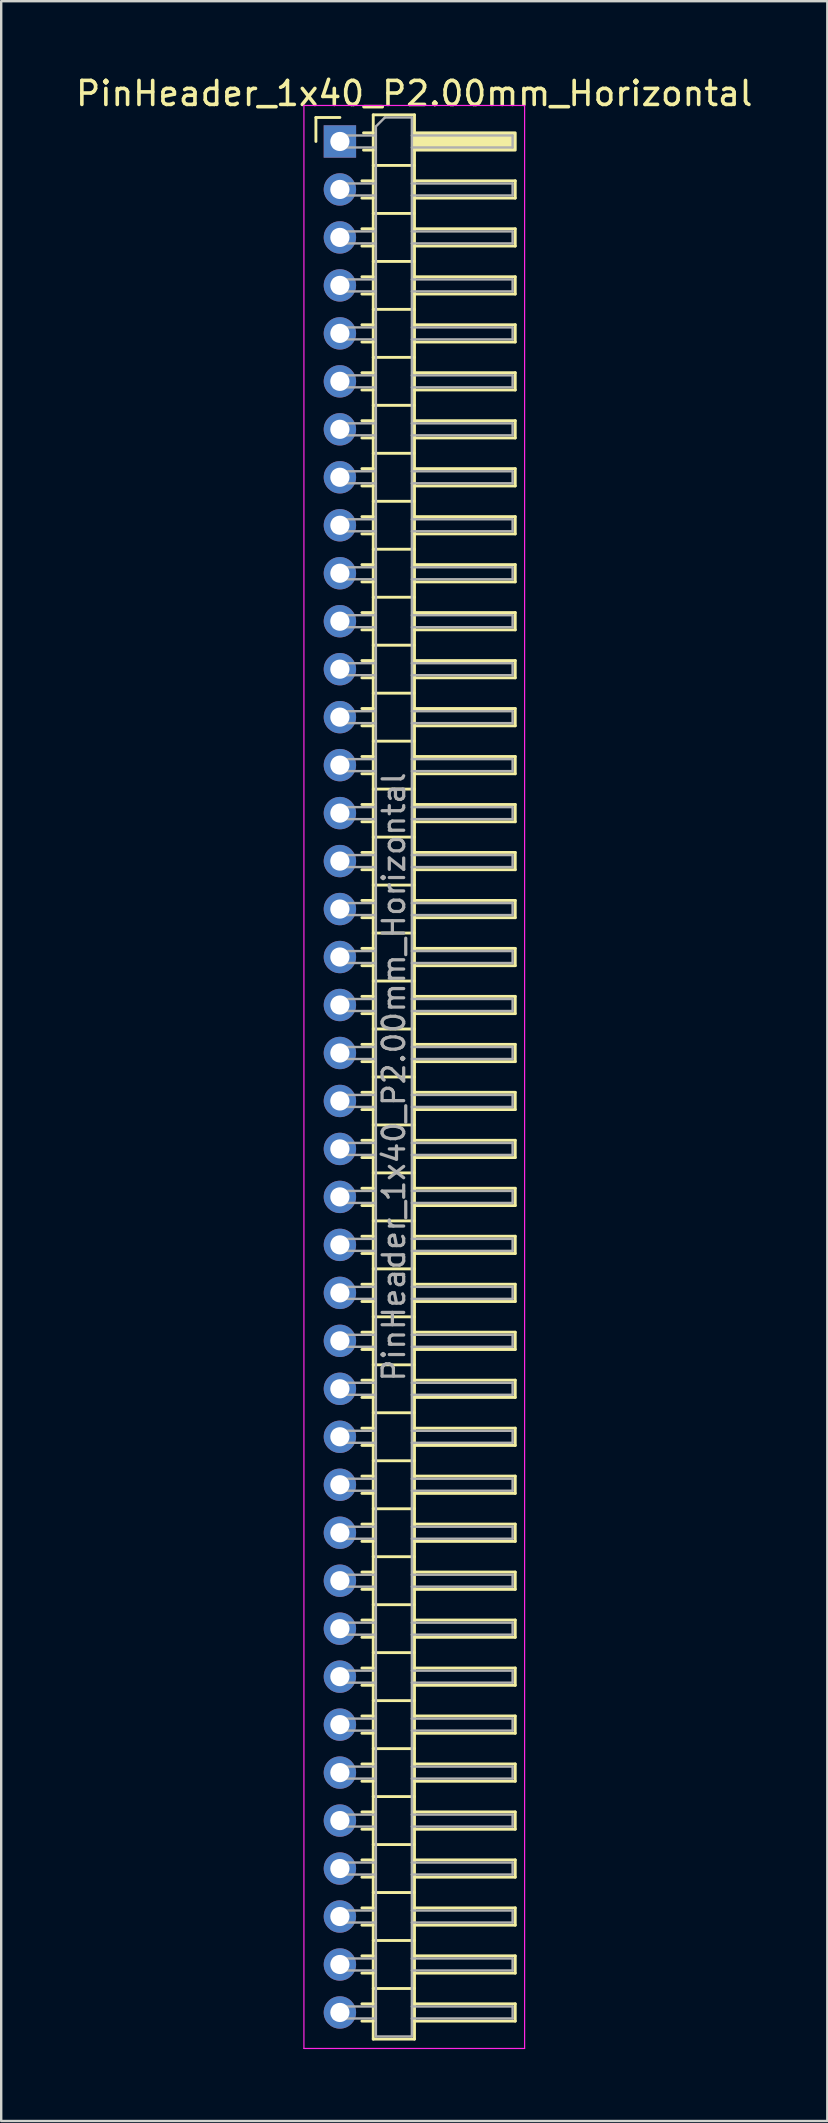
<source format=kicad_pcb>
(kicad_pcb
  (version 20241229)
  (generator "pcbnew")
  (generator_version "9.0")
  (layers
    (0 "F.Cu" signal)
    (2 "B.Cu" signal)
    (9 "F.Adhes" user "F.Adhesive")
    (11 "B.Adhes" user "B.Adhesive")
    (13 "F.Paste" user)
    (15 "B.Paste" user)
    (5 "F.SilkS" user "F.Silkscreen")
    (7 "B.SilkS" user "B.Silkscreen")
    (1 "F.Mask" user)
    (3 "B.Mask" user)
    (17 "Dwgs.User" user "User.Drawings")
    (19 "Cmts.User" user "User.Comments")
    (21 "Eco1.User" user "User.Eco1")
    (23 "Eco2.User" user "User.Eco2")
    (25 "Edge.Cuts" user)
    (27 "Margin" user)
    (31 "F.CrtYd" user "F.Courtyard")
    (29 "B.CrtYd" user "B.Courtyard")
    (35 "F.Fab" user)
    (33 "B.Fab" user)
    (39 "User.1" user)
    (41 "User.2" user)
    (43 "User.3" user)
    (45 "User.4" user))
  (footprint "PinHeader_1x40_P2.00mm_Horizontal"
    (layer "F.Cu")
    (at 11.12 2.848)
    (property "Reference" "PinHeader_1x40_P2.00mm_Horizontal" (at 3.1 -2 0) (layer "F.SilkS") (effects (font (size 1 1) (thickness 0.15))))
    (attr through_hole)
    (fp_line (start -1 -1) (end 0 -1) (stroke (width 0.12) (type solid)) (layer "F.SilkS"))
    (fp_line (start -1 0) (end -1 -1) (stroke (width 0.12) (type solid)) (layer "F.SilkS"))
    (fp_line (start 0.917 1.64) (end 1.39 1.64) (stroke (width 0.12) (type solid)) (layer "F.SilkS"))
    (fp_line (start 0.917 2.36) (end 1.39 2.36) (stroke (width 0.12) (type solid)) (layer "F.SilkS"))
    (fp_line (start 0.917 3.64) (end 1.39 3.64) (stroke (width 0.12) (type solid)) (layer "F.SilkS"))
    (fp_line (start 0.917 4.36) (end 1.39 4.36) (stroke (width 0.12) (type solid)) (layer "F.SilkS"))
    (fp_line (start 0.917 5.64) (end 1.39 5.64) (stroke (width 0.12) (type solid)) (layer "F.SilkS"))
    (fp_line (start 0.917 6.36) (end 1.39 6.36) (stroke (width 0.12) (type solid)) (layer "F.SilkS"))
    (fp_line (start 0.917 7.64) (end 1.39 7.64) (stroke (width 0.12) (type solid)) (layer "F.SilkS"))
    (fp_line (start 0.917 8.36) (end 1.39 8.36) (stroke (width 0.12) (type solid)) (layer "F.SilkS"))
    (fp_line (start 0.917 9.64) (end 1.39 9.64) (stroke (width 0.12) (type solid)) (layer "F.SilkS"))
    (fp_line (start 0.917 10.36) (end 1.39 10.36) (stroke (width 0.12) (type solid)) (layer "F.SilkS"))
    (fp_line (start 0.917 11.64) (end 1.39 11.64) (stroke (width 0.12) (type solid)) (layer "F.SilkS"))
    (fp_line (start 0.917 12.36) (end 1.39 12.36) (stroke (width 0.12) (type solid)) (layer "F.SilkS"))
    (fp_line (start 0.917 13.64) (end 1.39 13.64) (stroke (width 0.12) (type solid)) (layer "F.SilkS"))
    (fp_line (start 0.917 14.36) (end 1.39 14.36) (stroke (width 0.12) (type solid)) (layer "F.SilkS"))
    (fp_line (start 0.917 15.64) (end 1.39 15.64) (stroke (width 0.12) (type solid)) (layer "F.SilkS"))
    (fp_line (start 0.917 16.36) (end 1.39 16.36) (stroke (width 0.12) (type solid)) (layer "F.SilkS"))
    (fp_line (start 0.917 17.64) (end 1.39 17.64) (stroke (width 0.12) (type solid)) (layer "F.SilkS"))
    (fp_line (start 0.917 18.36) (end 1.39 18.36) (stroke (width 0.12) (type solid)) (layer "F.SilkS"))
    (fp_line (start 0.917 19.64) (end 1.39 19.64) (stroke (width 0.12) (type solid)) (layer "F.SilkS"))
    (fp_line (start 0.917 20.36) (end 1.39 20.36) (stroke (width 0.12) (type solid)) (layer "F.SilkS"))
    (fp_line (start 0.917 21.64) (end 1.39 21.64) (stroke (width 0.12) (type solid)) (layer "F.SilkS"))
    (fp_line (start 0.917 22.36) (end 1.39 22.36) (stroke (width 0.12) (type solid)) (layer "F.SilkS"))
    (fp_line (start 0.917 23.64) (end 1.39 23.64) (stroke (width 0.12) (type solid)) (layer "F.SilkS"))
    (fp_line (start 0.917 24.36) (end 1.39 24.36) (stroke (width 0.12) (type solid)) (layer "F.SilkS"))
    (fp_line (start 0.917 25.64) (end 1.39 25.64) (stroke (width 0.12) (type solid)) (layer "F.SilkS"))
    (fp_line (start 0.917 26.36) (end 1.39 26.36) (stroke (width 0.12) (type solid)) (layer "F.SilkS"))
    (fp_line (start 0.917 27.64) (end 1.39 27.64) (stroke (width 0.12) (type solid)) (layer "F.SilkS"))
    (fp_line (start 0.917 28.36) (end 1.39 28.36) (stroke (width 0.12) (type solid)) (layer "F.SilkS"))
    (fp_line (start 0.917 29.64) (end 1.39 29.64) (stroke (width 0.12) (type solid)) (layer "F.SilkS"))
    (fp_line (start 0.917 30.36) (end 1.39 30.36) (stroke (width 0.12) (type solid)) (layer "F.SilkS"))
    (fp_line (start 0.917 31.64) (end 1.39 31.64) (stroke (width 0.12) (type solid)) (layer "F.SilkS"))
    (fp_line (start 0.917 32.36) (end 1.39 32.36) (stroke (width 0.12) (type solid)) (layer "F.SilkS"))
    (fp_line (start 0.917 33.64) (end 1.39 33.64) (stroke (width 0.12) (type solid)) (layer "F.SilkS"))
    (fp_line (start 0.917 34.36) (end 1.39 34.36) (stroke (width 0.12) (type solid)) (layer "F.SilkS"))
    (fp_line (start 0.917 35.64) (end 1.39 35.64) (stroke (width 0.12) (type solid)) (layer "F.SilkS"))
    (fp_line (start 0.917 36.36) (end 1.39 36.36) (stroke (width 0.12) (type solid)) (layer "F.SilkS"))
    (fp_line (start 0.917 37.64) (end 1.39 37.64) (stroke (width 0.12) (type solid)) (layer "F.SilkS"))
    (fp_line (start 0.917 38.36) (end 1.39 38.36) (stroke (width 0.12) (type solid)) (layer "F.SilkS"))
    (fp_line (start 0.917 39.64) (end 1.39 39.64) (stroke (width 0.12) (type solid)) (layer "F.SilkS"))
    (fp_line (start 0.917 40.36) (end 1.39 40.36) (stroke (width 0.12) (type solid)) (layer "F.SilkS"))
    (fp_line (start 0.917 41.64) (end 1.39 41.64) (stroke (width 0.12) (type solid)) (layer "F.SilkS"))
    (fp_line (start 0.917 42.36) (end 1.39 42.36) (stroke (width 0.12) (type solid)) (layer "F.SilkS"))
    (fp_line (start 0.917 43.64) (end 1.39 43.64) (stroke (width 0.12) (type solid)) (layer "F.SilkS"))
    (fp_line (start 0.917 44.36) (end 1.39 44.36) (stroke (width 0.12) (type solid)) (layer "F.SilkS"))
    (fp_line (start 0.917 45.64) (end 1.39 45.64) (stroke (width 0.12) (type solid)) (layer "F.SilkS"))
    (fp_line (start 0.917 46.36) (end 1.39 46.36) (stroke (width 0.12) (type solid)) (layer "F.SilkS"))
    (fp_line (start 0.917 47.64) (end 1.39 47.64) (stroke (width 0.12) (type solid)) (layer "F.SilkS"))
    (fp_line (start 0.917 48.36) (end 1.39 48.36) (stroke (width 0.12) (type solid)) (layer "F.SilkS"))
    (fp_line (start 0.917 49.64) (end 1.39 49.64) (stroke (width 0.12) (type solid)) (layer "F.SilkS"))
    (fp_line (start 0.917 50.36) (end 1.39 50.36) (stroke (width 0.12) (type solid)) (layer "F.SilkS"))
    (fp_line (start 0.917 51.64) (end 1.39 51.64) (stroke (width 0.12) (type solid)) (layer "F.SilkS"))
    (fp_line (start 0.917 52.36) (end 1.39 52.36) (stroke (width 0.12) (type solid)) (layer "F.SilkS"))
    (fp_line (start 0.917 53.64) (end 1.39 53.64) (stroke (width 0.12) (type solid)) (layer "F.SilkS"))
    (fp_line (start 0.917 54.36) (end 1.39 54.36) (stroke (width 0.12) (type solid)) (layer "F.SilkS"))
    (fp_line (start 0.917 55.64) (end 1.39 55.64) (stroke (width 0.12) (type solid)) (layer "F.SilkS"))
    (fp_line (start 0.917 56.36) (end 1.39 56.36) (stroke (width 0.12) (type solid)) (layer "F.SilkS"))
    (fp_line (start 0.917 57.64) (end 1.39 57.64) (stroke (width 0.12) (type solid)) (layer "F.SilkS"))
    (fp_line (start 0.917 58.36) (end 1.39 58.36) (stroke (width 0.12) (type solid)) (layer "F.SilkS"))
    (fp_line (start 0.917 59.64) (end 1.39 59.64) (stroke (width 0.12) (type solid)) (layer "F.SilkS"))
    (fp_line (start 0.917 60.36) (end 1.39 60.36) (stroke (width 0.12) (type solid)) (layer "F.SilkS"))
    (fp_line (start 0.917 61.64) (end 1.39 61.64) (stroke (width 0.12) (type solid)) (layer "F.SilkS"))
    (fp_line (start 0.917 62.36) (end 1.39 62.36) (stroke (width 0.12) (type solid)) (layer "F.SilkS"))
    (fp_line (start 0.917 63.64) (end 1.39 63.64) (stroke (width 0.12) (type solid)) (layer "F.SilkS"))
    (fp_line (start 0.917 64.36) (end 1.39 64.36) (stroke (width 0.12) (type solid)) (layer "F.SilkS"))
    (fp_line (start 0.917 65.64) (end 1.39 65.64) (stroke (width 0.12) (type solid)) (layer "F.SilkS"))
    (fp_line (start 0.917 66.36) (end 1.39 66.36) (stroke (width 0.12) (type solid)) (layer "F.SilkS"))
    (fp_line (start 0.917 67.64) (end 1.39 67.64) (stroke (width 0.12) (type solid)) (layer "F.SilkS"))
    (fp_line (start 0.917 68.36) (end 1.39 68.36) (stroke (width 0.12) (type solid)) (layer "F.SilkS"))
    (fp_line (start 0.917 69.64) (end 1.39 69.64) (stroke (width 0.12) (type solid)) (layer "F.SilkS"))
    (fp_line (start 0.917 70.36) (end 1.39 70.36) (stroke (width 0.12) (type solid)) (layer "F.SilkS"))
    (fp_line (start 0.917 71.64) (end 1.39 71.64) (stroke (width 0.12) (type solid)) (layer "F.SilkS"))
    (fp_line (start 0.917 72.36) (end 1.39 72.36) (stroke (width 0.12) (type solid)) (layer "F.SilkS"))
    (fp_line (start 0.917 73.64) (end 1.39 73.64) (stroke (width 0.12) (type solid)) (layer "F.SilkS"))
    (fp_line (start 0.917 74.36) (end 1.39 74.36) (stroke (width 0.12) (type solid)) (layer "F.SilkS"))
    (fp_line (start 0.917 75.64) (end 1.39 75.64) (stroke (width 0.12) (type solid)) (layer "F.SilkS"))
    (fp_line (start 0.917 76.36) (end 1.39 76.36) (stroke (width 0.12) (type solid)) (layer "F.SilkS"))
    (fp_line (start 0.917 77.64) (end 1.39 77.64) (stroke (width 0.12) (type solid)) (layer "F.SilkS"))
    (fp_line (start 0.917 78.36) (end 1.39 78.36) (stroke (width 0.12) (type solid)) (layer "F.SilkS"))
    (fp_line (start 0.985 -0.36) (end 1.39 -0.36) (stroke (width 0.12) (type solid)) (layer "F.SilkS"))
    (fp_line (start 0.985 0.36) (end 1.39 0.36) (stroke (width 0.12) (type solid)) (layer "F.SilkS"))
    (fp_line (start 1.39 -1.11) (end 1.39 79.11) (stroke (width 0.12) (type solid)) (layer "F.SilkS"))
    (fp_line (start 1.39 1) (end 3.11 1) (stroke (width 0.12) (type solid)) (layer "F.SilkS"))
    (fp_line (start 1.39 3) (end 3.11 3) (stroke (width 0.12) (type solid)) (layer "F.SilkS"))
    (fp_line (start 1.39 5) (end 3.11 5) (stroke (width 0.12) (type solid)) (layer "F.SilkS"))
    (fp_line (start 1.39 7) (end 3.11 7) (stroke (width 0.12) (type solid)) (layer "F.SilkS"))
    (fp_line (start 1.39 9) (end 3.11 9) (stroke (width 0.12) (type solid)) (layer "F.SilkS"))
    (fp_line (start 1.39 11) (end 3.11 11) (stroke (width 0.12) (type solid)) (layer "F.SilkS"))
    (fp_line (start 1.39 13) (end 3.11 13) (stroke (width 0.12) (type solid)) (layer "F.SilkS"))
    (fp_line (start 1.39 15) (end 3.11 15) (stroke (width 0.12) (type solid)) (layer "F.SilkS"))
    (fp_line (start 1.39 17) (end 3.11 17) (stroke (width 0.12) (type solid)) (layer "F.SilkS"))
    (fp_line (start 1.39 19) (end 3.11 19) (stroke (width 0.12) (type solid)) (layer "F.SilkS"))
    (fp_line (start 1.39 21) (end 3.11 21) (stroke (width 0.12) (type solid)) (layer "F.SilkS"))
    (fp_line (start 1.39 23) (end 3.11 23) (stroke (width 0.12) (type solid)) (layer "F.SilkS"))
    (fp_line (start 1.39 25) (end 3.11 25) (stroke (width 0.12) (type solid)) (layer "F.SilkS"))
    (fp_line (start 1.39 27) (end 3.11 27) (stroke (width 0.12) (type solid)) (layer "F.SilkS"))
    (fp_line (start 1.39 29) (end 3.11 29) (stroke (width 0.12) (type solid)) (layer "F.SilkS"))
    (fp_line (start 1.39 31) (end 3.11 31) (stroke (width 0.12) (type solid)) (layer "F.SilkS"))
    (fp_line (start 1.39 33) (end 3.11 33) (stroke (width 0.12) (type solid)) (layer "F.SilkS"))
    (fp_line (start 1.39 35) (end 3.11 35) (stroke (width 0.12) (type solid)) (layer "F.SilkS"))
    (fp_line (start 1.39 37) (end 3.11 37) (stroke (width 0.12) (type solid)) (layer "F.SilkS"))
    (fp_line (start 1.39 39) (end 3.11 39) (stroke (width 0.12) (type solid)) (layer "F.SilkS"))
    (fp_line (start 1.39 41) (end 3.11 41) (stroke (width 0.12) (type solid)) (layer "F.SilkS"))
    (fp_line (start 1.39 43) (end 3.11 43) (stroke (width 0.12) (type solid)) (layer "F.SilkS"))
    (fp_line (start 1.39 45) (end 3.11 45) (stroke (width 0.12) (type solid)) (layer "F.SilkS"))
    (fp_line (start 1.39 47) (end 3.11 47) (stroke (width 0.12) (type solid)) (layer "F.SilkS"))
    (fp_line (start 1.39 49) (end 3.11 49) (stroke (width 0.12) (type solid)) (layer "F.SilkS"))
    (fp_line (start 1.39 51) (end 3.11 51) (stroke (width 0.12) (type solid)) (layer "F.SilkS"))
    (fp_line (start 1.39 53) (end 3.11 53) (stroke (width 0.12) (type solid)) (layer "F.SilkS"))
    (fp_line (start 1.39 55) (end 3.11 55) (stroke (width 0.12) (type solid)) (layer "F.SilkS"))
    (fp_line (start 1.39 57) (end 3.11 57) (stroke (width 0.12) (type solid)) (layer "F.SilkS"))
    (fp_line (start 1.39 59) (end 3.11 59) (stroke (width 0.12) (type solid)) (layer "F.SilkS"))
    (fp_line (start 1.39 61) (end 3.11 61) (stroke (width 0.12) (type solid)) (layer "F.SilkS"))
    (fp_line (start 1.39 63) (end 3.11 63) (stroke (width 0.12) (type solid)) (layer "F.SilkS"))
    (fp_line (start 1.39 65) (end 3.11 65) (stroke (width 0.12) (type solid)) (layer "F.SilkS"))
    (fp_line (start 1.39 67) (end 3.11 67) (stroke (width 0.12) (type solid)) (layer "F.SilkS"))
    (fp_line (start 1.39 69) (end 3.11 69) (stroke (width 0.12) (type solid)) (layer "F.SilkS"))
    (fp_line (start 1.39 71) (end 3.11 71) (stroke (width 0.12) (type solid)) (layer "F.SilkS"))
    (fp_line (start 1.39 73) (end 3.11 73) (stroke (width 0.12) (type solid)) (layer "F.SilkS"))
    (fp_line (start 1.39 75) (end 3.11 75) (stroke (width 0.12) (type solid)) (layer "F.SilkS"))
    (fp_line (start 1.39 77) (end 3.11 77) (stroke (width 0.12) (type solid)) (layer "F.SilkS"))
    (fp_line (start 1.39 79.11) (end 3.11 79.11) (stroke (width 0.12) (type solid)) (layer "F.SilkS"))
    (fp_line (start 3.11 -1.11) (end 1.39 -1.11) (stroke (width 0.12) (type solid)) (layer "F.SilkS"))
    (fp_line (start 3.11 1.64) (end 7.31 1.64) (stroke (width 0.12) (type solid)) (layer "F.SilkS"))
    (fp_line (start 3.11 3.64) (end 7.31 3.64) (stroke (width 0.12) (type solid)) (layer "F.SilkS"))
    (fp_line (start 3.11 5.64) (end 7.31 5.64) (stroke (width 0.12) (type solid)) (layer "F.SilkS"))
    (fp_line (start 3.11 7.64) (end 7.31 7.64) (stroke (width 0.12) (type solid)) (layer "F.SilkS"))
    (fp_line (start 3.11 9.64) (end 7.31 9.64) (stroke (width 0.12) (type solid)) (layer "F.SilkS"))
    (fp_line (start 3.11 11.64) (end 7.31 11.64) (stroke (width 0.12) (type solid)) (layer "F.SilkS"))
    (fp_line (start 3.11 13.64) (end 7.31 13.64) (stroke (width 0.12) (type solid)) (layer "F.SilkS"))
    (fp_line (start 3.11 15.64) (end 7.31 15.64) (stroke (width 0.12) (type solid)) (layer "F.SilkS"))
    (fp_line (start 3.11 17.64) (end 7.31 17.64) (stroke (width 0.12) (type solid)) (layer "F.SilkS"))
    (fp_line (start 3.11 19.64) (end 7.31 19.64) (stroke (width 0.12) (type solid)) (layer "F.SilkS"))
    (fp_line (start 3.11 21.64) (end 7.31 21.64) (stroke (width 0.12) (type solid)) (layer "F.SilkS"))
    (fp_line (start 3.11 23.64) (end 7.31 23.64) (stroke (width 0.12) (type solid)) (layer "F.SilkS"))
    (fp_line (start 3.11 25.64) (end 7.31 25.64) (stroke (width 0.12) (type solid)) (layer "F.SilkS"))
    (fp_line (start 3.11 27.64) (end 7.31 27.64) (stroke (width 0.12) (type solid)) (layer "F.SilkS"))
    (fp_line (start 3.11 29.64) (end 7.31 29.64) (stroke (width 0.12) (type solid)) (layer "F.SilkS"))
    (fp_line (start 3.11 31.64) (end 7.31 31.64) (stroke (width 0.12) (type solid)) (layer "F.SilkS"))
    (fp_line (start 3.11 33.64) (end 7.31 33.64) (stroke (width 0.12) (type solid)) (layer "F.SilkS"))
    (fp_line (start 3.11 35.64) (end 7.31 35.64) (stroke (width 0.12) (type solid)) (layer "F.SilkS"))
    (fp_line (start 3.11 37.64) (end 7.31 37.64) (stroke (width 0.12) (type solid)) (layer "F.SilkS"))
    (fp_line (start 3.11 39.64) (end 7.31 39.64) (stroke (width 0.12) (type solid)) (layer "F.SilkS"))
    (fp_line (start 3.11 41.64) (end 7.31 41.64) (stroke (width 0.12) (type solid)) (layer "F.SilkS"))
    (fp_line (start 3.11 43.64) (end 7.31 43.64) (stroke (width 0.12) (type solid)) (layer "F.SilkS"))
    (fp_line (start 3.11 45.64) (end 7.31 45.64) (stroke (width 0.12) (type solid)) (layer "F.SilkS"))
    (fp_line (start 3.11 47.64) (end 7.31 47.64) (stroke (width 0.12) (type solid)) (layer "F.SilkS"))
    (fp_line (start 3.11 49.64) (end 7.31 49.64) (stroke (width 0.12) (type solid)) (layer "F.SilkS"))
    (fp_line (start 3.11 51.64) (end 7.31 51.64) (stroke (width 0.12) (type solid)) (layer "F.SilkS"))
    (fp_line (start 3.11 53.64) (end 7.31 53.64) (stroke (width 0.12) (type solid)) (layer "F.SilkS"))
    (fp_line (start 3.11 55.64) (end 7.31 55.64) (stroke (width 0.12) (type solid)) (layer "F.SilkS"))
    (fp_line (start 3.11 57.64) (end 7.31 57.64) (stroke (width 0.12) (type solid)) (layer "F.SilkS"))
    (fp_line (start 3.11 59.64) (end 7.31 59.64) (stroke (width 0.12) (type solid)) (layer "F.SilkS"))
    (fp_line (start 3.11 61.64) (end 7.31 61.64) (stroke (width 0.12) (type solid)) (layer "F.SilkS"))
    (fp_line (start 3.11 63.64) (end 7.31 63.64) (stroke (width 0.12) (type solid)) (layer "F.SilkS"))
    (fp_line (start 3.11 65.64) (end 7.31 65.64) (stroke (width 0.12) (type solid)) (layer "F.SilkS"))
    (fp_line (start 3.11 67.64) (end 7.31 67.64) (stroke (width 0.12) (type solid)) (layer "F.SilkS"))
    (fp_line (start 3.11 69.64) (end 7.31 69.64) (stroke (width 0.12) (type solid)) (layer "F.SilkS"))
    (fp_line (start 3.11 71.64) (end 7.31 71.64) (stroke (width 0.12) (type solid)) (layer "F.SilkS"))
    (fp_line (start 3.11 73.64) (end 7.31 73.64) (stroke (width 0.12) (type solid)) (layer "F.SilkS"))
    (fp_line (start 3.11 75.64) (end 7.31 75.64) (stroke (width 0.12) (type solid)) (layer "F.SilkS"))
    (fp_line (start 3.11 77.64) (end 7.31 77.64) (stroke (width 0.12) (type solid)) (layer "F.SilkS"))
    (fp_line (start 3.11 79.11) (end 3.11 -1.11) (stroke (width 0.12) (type solid)) (layer "F.SilkS"))
    (fp_line (start 7.31 1.64) (end 7.31 2.36) (stroke (width 0.12) (type solid)) (layer "F.SilkS"))
    (fp_line (start 7.31 2.36) (end 3.11 2.36) (stroke (width 0.12) (type solid)) (layer "F.SilkS"))
    (fp_line (start 7.31 3.64) (end 7.31 4.36) (stroke (width 0.12) (type solid)) (layer "F.SilkS"))
    (fp_line (start 7.31 4.36) (end 3.11 4.36) (stroke (width 0.12) (type solid)) (layer "F.SilkS"))
    (fp_line (start 7.31 5.64) (end 7.31 6.36) (stroke (width 0.12) (type solid)) (layer "F.SilkS"))
    (fp_line (start 7.31 6.36) (end 3.11 6.36) (stroke (width 0.12) (type solid)) (layer "F.SilkS"))
    (fp_line (start 7.31 7.64) (end 7.31 8.36) (stroke (width 0.12) (type solid)) (layer "F.SilkS"))
    (fp_line (start 7.31 8.36) (end 3.11 8.36) (stroke (width 0.12) (type solid)) (layer "F.SilkS"))
    (fp_line (start 7.31 9.64) (end 7.31 10.36) (stroke (width 0.12) (type solid)) (layer "F.SilkS"))
    (fp_line (start 7.31 10.36) (end 3.11 10.36) (stroke (width 0.12) (type solid)) (layer "F.SilkS"))
    (fp_line (start 7.31 11.64) (end 7.31 12.36) (stroke (width 0.12) (type solid)) (layer "F.SilkS"))
    (fp_line (start 7.31 12.36) (end 3.11 12.36) (stroke (width 0.12) (type solid)) (layer "F.SilkS"))
    (fp_line (start 7.31 13.64) (end 7.31 14.36) (stroke (width 0.12) (type solid)) (layer "F.SilkS"))
    (fp_line (start 7.31 14.36) (end 3.11 14.36) (stroke (width 0.12) (type solid)) (layer "F.SilkS"))
    (fp_line (start 7.31 15.64) (end 7.31 16.36) (stroke (width 0.12) (type solid)) (layer "F.SilkS"))
    (fp_line (start 7.31 16.36) (end 3.11 16.36) (stroke (width 0.12) (type solid)) (layer "F.SilkS"))
    (fp_line (start 7.31 17.64) (end 7.31 18.36) (stroke (width 0.12) (type solid)) (layer "F.SilkS"))
    (fp_line (start 7.31 18.36) (end 3.11 18.36) (stroke (width 0.12) (type solid)) (layer "F.SilkS"))
    (fp_line (start 7.31 19.64) (end 7.31 20.36) (stroke (width 0.12) (type solid)) (layer "F.SilkS"))
    (fp_line (start 7.31 20.36) (end 3.11 20.36) (stroke (width 0.12) (type solid)) (layer "F.SilkS"))
    (fp_line (start 7.31 21.64) (end 7.31 22.36) (stroke (width 0.12) (type solid)) (layer "F.SilkS"))
    (fp_line (start 7.31 22.36) (end 3.11 22.36) (stroke (width 0.12) (type solid)) (layer "F.SilkS"))
    (fp_line (start 7.31 23.64) (end 7.31 24.36) (stroke (width 0.12) (type solid)) (layer "F.SilkS"))
    (fp_line (start 7.31 24.36) (end 3.11 24.36) (stroke (width 0.12) (type solid)) (layer "F.SilkS"))
    (fp_line (start 7.31 25.64) (end 7.31 26.36) (stroke (width 0.12) (type solid)) (layer "F.SilkS"))
    (fp_line (start 7.31 26.36) (end 3.11 26.36) (stroke (width 0.12) (type solid)) (layer "F.SilkS"))
    (fp_line (start 7.31 27.64) (end 7.31 28.36) (stroke (width 0.12) (type solid)) (layer "F.SilkS"))
    (fp_line (start 7.31 28.36) (end 3.11 28.36) (stroke (width 0.12) (type solid)) (layer "F.SilkS"))
    (fp_line (start 7.31 29.64) (end 7.31 30.36) (stroke (width 0.12) (type solid)) (layer "F.SilkS"))
    (fp_line (start 7.31 30.36) (end 3.11 30.36) (stroke (width 0.12) (type solid)) (layer "F.SilkS"))
    (fp_line (start 7.31 31.64) (end 7.31 32.36) (stroke (width 0.12) (type solid)) (layer "F.SilkS"))
    (fp_line (start 7.31 32.36) (end 3.11 32.36) (stroke (width 0.12) (type solid)) (layer "F.SilkS"))
    (fp_line (start 7.31 33.64) (end 7.31 34.36) (stroke (width 0.12) (type solid)) (layer "F.SilkS"))
    (fp_line (start 7.31 34.36) (end 3.11 34.36) (stroke (width 0.12) (type solid)) (layer "F.SilkS"))
    (fp_line (start 7.31 35.64) (end 7.31 36.36) (stroke (width 0.12) (type solid)) (layer "F.SilkS"))
    (fp_line (start 7.31 36.36) (end 3.11 36.36) (stroke (width 0.12) (type solid)) (layer "F.SilkS"))
    (fp_line (start 7.31 37.64) (end 7.31 38.36) (stroke (width 0.12) (type solid)) (layer "F.SilkS"))
    (fp_line (start 7.31 38.36) (end 3.11 38.36) (stroke (width 0.12) (type solid)) (layer "F.SilkS"))
    (fp_line (start 7.31 39.64) (end 7.31 40.36) (stroke (width 0.12) (type solid)) (layer "F.SilkS"))
    (fp_line (start 7.31 40.36) (end 3.11 40.36) (stroke (width 0.12) (type solid)) (layer "F.SilkS"))
    (fp_line (start 7.31 41.64) (end 7.31 42.36) (stroke (width 0.12) (type solid)) (layer "F.SilkS"))
    (fp_line (start 7.31 42.36) (end 3.11 42.36) (stroke (width 0.12) (type solid)) (layer "F.SilkS"))
    (fp_line (start 7.31 43.64) (end 7.31 44.36) (stroke (width 0.12) (type solid)) (layer "F.SilkS"))
    (fp_line (start 7.31 44.36) (end 3.11 44.36) (stroke (width 0.12) (type solid)) (layer "F.SilkS"))
    (fp_line (start 7.31 45.64) (end 7.31 46.36) (stroke (width 0.12) (type solid)) (layer "F.SilkS"))
    (fp_line (start 7.31 46.36) (end 3.11 46.36) (stroke (width 0.12) (type solid)) (layer "F.SilkS"))
    (fp_line (start 7.31 47.64) (end 7.31 48.36) (stroke (width 0.12) (type solid)) (layer "F.SilkS"))
    (fp_line (start 7.31 48.36) (end 3.11 48.36) (stroke (width 0.12) (type solid)) (layer "F.SilkS"))
    (fp_line (start 7.31 49.64) (end 7.31 50.36) (stroke (width 0.12) (type solid)) (layer "F.SilkS"))
    (fp_line (start 7.31 50.36) (end 3.11 50.36) (stroke (width 0.12) (type solid)) (layer "F.SilkS"))
    (fp_line (start 7.31 51.64) (end 7.31 52.36) (stroke (width 0.12) (type solid)) (layer "F.SilkS"))
    (fp_line (start 7.31 52.36) (end 3.11 52.36) (stroke (width 0.12) (type solid)) (layer "F.SilkS"))
    (fp_line (start 7.31 53.64) (end 7.31 54.36) (stroke (width 0.12) (type solid)) (layer "F.SilkS"))
    (fp_line (start 7.31 54.36) (end 3.11 54.36) (stroke (width 0.12) (type solid)) (layer "F.SilkS"))
    (fp_line (start 7.31 55.64) (end 7.31 56.36) (stroke (width 0.12) (type solid)) (layer "F.SilkS"))
    (fp_line (start 7.31 56.36) (end 3.11 56.36) (stroke (width 0.12) (type solid)) (layer "F.SilkS"))
    (fp_line (start 7.31 57.64) (end 7.31 58.36) (stroke (width 0.12) (type solid)) (layer "F.SilkS"))
    (fp_line (start 7.31 58.36) (end 3.11 58.36) (stroke (width 0.12) (type solid)) (layer "F.SilkS"))
    (fp_line (start 7.31 59.64) (end 7.31 60.36) (stroke (width 0.12) (type solid)) (layer "F.SilkS"))
    (fp_line (start 7.31 60.36) (end 3.11 60.36) (stroke (width 0.12) (type solid)) (layer "F.SilkS"))
    (fp_line (start 7.31 61.64) (end 7.31 62.36) (stroke (width 0.12) (type solid)) (layer "F.SilkS"))
    (fp_line (start 7.31 62.36) (end 3.11 62.36) (stroke (width 0.12) (type solid)) (layer "F.SilkS"))
    (fp_line (start 7.31 63.64) (end 7.31 64.36) (stroke (width 0.12) (type solid)) (layer "F.SilkS"))
    (fp_line (start 7.31 64.36) (end 3.11 64.36) (stroke (width 0.12) (type solid)) (layer "F.SilkS"))
    (fp_line (start 7.31 65.64) (end 7.31 66.36) (stroke (width 0.12) (type solid)) (layer "F.SilkS"))
    (fp_line (start 7.31 66.36) (end 3.11 66.36) (stroke (width 0.12) (type solid)) (layer "F.SilkS"))
    (fp_line (start 7.31 67.64) (end 7.31 68.36) (stroke (width 0.12) (type solid)) (layer "F.SilkS"))
    (fp_line (start 7.31 68.36) (end 3.11 68.36) (stroke (width 0.12) (type solid)) (layer "F.SilkS"))
    (fp_line (start 7.31 69.64) (end 7.31 70.36) (stroke (width 0.12) (type solid)) (layer "F.SilkS"))
    (fp_line (start 7.31 70.36) (end 3.11 70.36) (stroke (width 0.12) (type solid)) (layer "F.SilkS"))
    (fp_line (start 7.31 71.64) (end 7.31 72.36) (stroke (width 0.12) (type solid)) (layer "F.SilkS"))
    (fp_line (start 7.31 72.36) (end 3.11 72.36) (stroke (width 0.12) (type solid)) (layer "F.SilkS"))
    (fp_line (start 7.31 73.64) (end 7.31 74.36) (stroke (width 0.12) (type solid)) (layer "F.SilkS"))
    (fp_line (start 7.31 74.36) (end 3.11 74.36) (stroke (width 0.12) (type solid)) (layer "F.SilkS"))
    (fp_line (start 7.31 75.64) (end 7.31 76.36) (stroke (width 0.12) (type solid)) (layer "F.SilkS"))
    (fp_line (start 7.31 76.36) (end 3.11 76.36) (stroke (width 0.12) (type solid)) (layer "F.SilkS"))
    (fp_line (start 7.31 77.64) (end 7.31 78.36) (stroke (width 0.12) (type solid)) (layer "F.SilkS"))
    (fp_line (start 7.31 78.36) (end 3.11 78.36) (stroke (width 0.12) (type solid)) (layer "F.SilkS"))
    (fp_rect (start 3.11 -0.36) (end 7.31 0.36) (stroke (width 0.12) (type solid)) (fill yes) (layer "F.SilkS"))
    (fp_line (start -1.5 -1.5) (end -1.5 79.5) (stroke (width 0.05) (type solid)) (layer "F.CrtYd"))
    (fp_line (start -1.5 79.5) (end 7.7 79.5) (stroke (width 0.05) (type solid)) (layer "F.CrtYd"))
    (fp_line (start 7.7 -1.5) (end -1.5 -1.5) (stroke (width 0.05) (type solid)) (layer "F.CrtYd"))
    (fp_line (start 7.7 79.5) (end 7.7 -1.5) (stroke (width 0.05) (type solid)) (layer "F.CrtYd"))
    (fp_line (start -0.25 -0.25) (end -0.25 0.25) (stroke (width 0.1) (type solid)) (layer "F.Fab"))
    (fp_line (start -0.25 -0.25) (end 1.5 -0.25) (stroke (width 0.1) (type solid)) (layer "F.Fab"))
    (fp_line (start -0.25 0.25) (end 1.5 0.25) (stroke (width 0.1) (type solid)) (layer "F.Fab"))
    (fp_line (start -0.25 1.75) (end -0.25 2.25) (stroke (width 0.1) (type solid)) (layer "F.Fab"))
    (fp_line (start -0.25 1.75) (end 1.5 1.75) (stroke (width 0.1) (type solid)) (layer "F.Fab"))
    (fp_line (start -0.25 2.25) (end 1.5 2.25) (stroke (width 0.1) (type solid)) (layer "F.Fab"))
    (fp_line (start -0.25 3.75) (end -0.25 4.25) (stroke (width 0.1) (type solid)) (layer "F.Fab"))
    (fp_line (start -0.25 3.75) (end 1.5 3.75) (stroke (width 0.1) (type solid)) (layer "F.Fab"))
    (fp_line (start -0.25 4.25) (end 1.5 4.25) (stroke (width 0.1) (type solid)) (layer "F.Fab"))
    (fp_line (start -0.25 5.75) (end -0.25 6.25) (stroke (width 0.1) (type solid)) (layer "F.Fab"))
    (fp_line (start -0.25 5.75) (end 1.5 5.75) (stroke (width 0.1) (type solid)) (layer "F.Fab"))
    (fp_line (start -0.25 6.25) (end 1.5 6.25) (stroke (width 0.1) (type solid)) (layer "F.Fab"))
    (fp_line (start -0.25 7.75) (end -0.25 8.25) (stroke (width 0.1) (type solid)) (layer "F.Fab"))
    (fp_line (start -0.25 7.75) (end 1.5 7.75) (stroke (width 0.1) (type solid)) (layer "F.Fab"))
    (fp_line (start -0.25 8.25) (end 1.5 8.25) (stroke (width 0.1) (type solid)) (layer "F.Fab"))
    (fp_line (start -0.25 9.75) (end -0.25 10.25) (stroke (width 0.1) (type solid)) (layer "F.Fab"))
    (fp_line (start -0.25 9.75) (end 1.5 9.75) (stroke (width 0.1) (type solid)) (layer "F.Fab"))
    (fp_line (start -0.25 10.25) (end 1.5 10.25) (stroke (width 0.1) (type solid)) (layer "F.Fab"))
    (fp_line (start -0.25 11.75) (end -0.25 12.25) (stroke (width 0.1) (type solid)) (layer "F.Fab"))
    (fp_line (start -0.25 11.75) (end 1.5 11.75) (stroke (width 0.1) (type solid)) (layer "F.Fab"))
    (fp_line (start -0.25 12.25) (end 1.5 12.25) (stroke (width 0.1) (type solid)) (layer "F.Fab"))
    (fp_line (start -0.25 13.75) (end -0.25 14.25) (stroke (width 0.1) (type solid)) (layer "F.Fab"))
    (fp_line (start -0.25 13.75) (end 1.5 13.75) (stroke (width 0.1) (type solid)) (layer "F.Fab"))
    (fp_line (start -0.25 14.25) (end 1.5 14.25) (stroke (width 0.1) (type solid)) (layer "F.Fab"))
    (fp_line (start -0.25 15.75) (end -0.25 16.25) (stroke (width 0.1) (type solid)) (layer "F.Fab"))
    (fp_line (start -0.25 15.75) (end 1.5 15.75) (stroke (width 0.1) (type solid)) (layer "F.Fab"))
    (fp_line (start -0.25 16.25) (end 1.5 16.25) (stroke (width 0.1) (type solid)) (layer "F.Fab"))
    (fp_line (start -0.25 17.75) (end -0.25 18.25) (stroke (width 0.1) (type solid)) (layer "F.Fab"))
    (fp_line (start -0.25 17.75) (end 1.5 17.75) (stroke (width 0.1) (type solid)) (layer "F.Fab"))
    (fp_line (start -0.25 18.25) (end 1.5 18.25) (stroke (width 0.1) (type solid)) (layer "F.Fab"))
    (fp_line (start -0.25 19.75) (end -0.25 20.25) (stroke (width 0.1) (type solid)) (layer "F.Fab"))
    (fp_line (start -0.25 19.75) (end 1.5 19.75) (stroke (width 0.1) (type solid)) (layer "F.Fab"))
    (fp_line (start -0.25 20.25) (end 1.5 20.25) (stroke (width 0.1) (type solid)) (layer "F.Fab"))
    (fp_line (start -0.25 21.75) (end -0.25 22.25) (stroke (width 0.1) (type solid)) (layer "F.Fab"))
    (fp_line (start -0.25 21.75) (end 1.5 21.75) (stroke (width 0.1) (type solid)) (layer "F.Fab"))
    (fp_line (start -0.25 22.25) (end 1.5 22.25) (stroke (width 0.1) (type solid)) (layer "F.Fab"))
    (fp_line (start -0.25 23.75) (end -0.25 24.25) (stroke (width 0.1) (type solid)) (layer "F.Fab"))
    (fp_line (start -0.25 23.75) (end 1.5 23.75) (stroke (width 0.1) (type solid)) (layer "F.Fab"))
    (fp_line (start -0.25 24.25) (end 1.5 24.25) (stroke (width 0.1) (type solid)) (layer "F.Fab"))
    (fp_line (start -0.25 25.75) (end -0.25 26.25) (stroke (width 0.1) (type solid)) (layer "F.Fab"))
    (fp_line (start -0.25 25.75) (end 1.5 25.75) (stroke (width 0.1) (type solid)) (layer "F.Fab"))
    (fp_line (start -0.25 26.25) (end 1.5 26.25) (stroke (width 0.1) (type solid)) (layer "F.Fab"))
    (fp_line (start -0.25 27.75) (end -0.25 28.25) (stroke (width 0.1) (type solid)) (layer "F.Fab"))
    (fp_line (start -0.25 27.75) (end 1.5 27.75) (stroke (width 0.1) (type solid)) (layer "F.Fab"))
    (fp_line (start -0.25 28.25) (end 1.5 28.25) (stroke (width 0.1) (type solid)) (layer "F.Fab"))
    (fp_line (start -0.25 29.75) (end -0.25 30.25) (stroke (width 0.1) (type solid)) (layer "F.Fab"))
    (fp_line (start -0.25 29.75) (end 1.5 29.75) (stroke (width 0.1) (type solid)) (layer "F.Fab"))
    (fp_line (start -0.25 30.25) (end 1.5 30.25) (stroke (width 0.1) (type solid)) (layer "F.Fab"))
    (fp_line (start -0.25 31.75) (end -0.25 32.25) (stroke (width 0.1) (type solid)) (layer "F.Fab"))
    (fp_line (start -0.25 31.75) (end 1.5 31.75) (stroke (width 0.1) (type solid)) (layer "F.Fab"))
    (fp_line (start -0.25 32.25) (end 1.5 32.25) (stroke (width 0.1) (type solid)) (layer "F.Fab"))
    (fp_line (start -0.25 33.75) (end -0.25 34.25) (stroke (width 0.1) (type solid)) (layer "F.Fab"))
    (fp_line (start -0.25 33.75) (end 1.5 33.75) (stroke (width 0.1) (type solid)) (layer "F.Fab"))
    (fp_line (start -0.25 34.25) (end 1.5 34.25) (stroke (width 0.1) (type solid)) (layer "F.Fab"))
    (fp_line (start -0.25 35.75) (end -0.25 36.25) (stroke (width 0.1) (type solid)) (layer "F.Fab"))
    (fp_line (start -0.25 35.75) (end 1.5 35.75) (stroke (width 0.1) (type solid)) (layer "F.Fab"))
    (fp_line (start -0.25 36.25) (end 1.5 36.25) (stroke (width 0.1) (type solid)) (layer "F.Fab"))
    (fp_line (start -0.25 37.75) (end -0.25 38.25) (stroke (width 0.1) (type solid)) (layer "F.Fab"))
    (fp_line (start -0.25 37.75) (end 1.5 37.75) (stroke (width 0.1) (type solid)) (layer "F.Fab"))
    (fp_line (start -0.25 38.25) (end 1.5 38.25) (stroke (width 0.1) (type solid)) (layer "F.Fab"))
    (fp_line (start -0.25 39.75) (end -0.25 40.25) (stroke (width 0.1) (type solid)) (layer "F.Fab"))
    (fp_line (start -0.25 39.75) (end 1.5 39.75) (stroke (width 0.1) (type solid)) (layer "F.Fab"))
    (fp_line (start -0.25 40.25) (end 1.5 40.25) (stroke (width 0.1) (type solid)) (layer "F.Fab"))
    (fp_line (start -0.25 41.75) (end -0.25 42.25) (stroke (width 0.1) (type solid)) (layer "F.Fab"))
    (fp_line (start -0.25 41.75) (end 1.5 41.75) (stroke (width 0.1) (type solid)) (layer "F.Fab"))
    (fp_line (start -0.25 42.25) (end 1.5 42.25) (stroke (width 0.1) (type solid)) (layer "F.Fab"))
    (fp_line (start -0.25 43.75) (end -0.25 44.25) (stroke (width 0.1) (type solid)) (layer "F.Fab"))
    (fp_line (start -0.25 43.75) (end 1.5 43.75) (stroke (width 0.1) (type solid)) (layer "F.Fab"))
    (fp_line (start -0.25 44.25) (end 1.5 44.25) (stroke (width 0.1) (type solid)) (layer "F.Fab"))
    (fp_line (start -0.25 45.75) (end -0.25 46.25) (stroke (width 0.1) (type solid)) (layer "F.Fab"))
    (fp_line (start -0.25 45.75) (end 1.5 45.75) (stroke (width 0.1) (type solid)) (layer "F.Fab"))
    (fp_line (start -0.25 46.25) (end 1.5 46.25) (stroke (width 0.1) (type solid)) (layer "F.Fab"))
    (fp_line (start -0.25 47.75) (end -0.25 48.25) (stroke (width 0.1) (type solid)) (layer "F.Fab"))
    (fp_line (start -0.25 47.75) (end 1.5 47.75) (stroke (width 0.1) (type solid)) (layer "F.Fab"))
    (fp_line (start -0.25 48.25) (end 1.5 48.25) (stroke (width 0.1) (type solid)) (layer "F.Fab"))
    (fp_line (start -0.25 49.75) (end -0.25 50.25) (stroke (width 0.1) (type solid)) (layer "F.Fab"))
    (fp_line (start -0.25 49.75) (end 1.5 49.75) (stroke (width 0.1) (type solid)) (layer "F.Fab"))
    (fp_line (start -0.25 50.25) (end 1.5 50.25) (stroke (width 0.1) (type solid)) (layer "F.Fab"))
    (fp_line (start -0.25 51.75) (end -0.25 52.25) (stroke (width 0.1) (type solid)) (layer "F.Fab"))
    (fp_line (start -0.25 51.75) (end 1.5 51.75) (stroke (width 0.1) (type solid)) (layer "F.Fab"))
    (fp_line (start -0.25 52.25) (end 1.5 52.25) (stroke (width 0.1) (type solid)) (layer "F.Fab"))
    (fp_line (start -0.25 53.75) (end -0.25 54.25) (stroke (width 0.1) (type solid)) (layer "F.Fab"))
    (fp_line (start -0.25 53.75) (end 1.5 53.75) (stroke (width 0.1) (type solid)) (layer "F.Fab"))
    (fp_line (start -0.25 54.25) (end 1.5 54.25) (stroke (width 0.1) (type solid)) (layer "F.Fab"))
    (fp_line (start -0.25 55.75) (end -0.25 56.25) (stroke (width 0.1) (type solid)) (layer "F.Fab"))
    (fp_line (start -0.25 55.75) (end 1.5 55.75) (stroke (width 0.1) (type solid)) (layer "F.Fab"))
    (fp_line (start -0.25 56.25) (end 1.5 56.25) (stroke (width 0.1) (type solid)) (layer "F.Fab"))
    (fp_line (start -0.25 57.75) (end -0.25 58.25) (stroke (width 0.1) (type solid)) (layer "F.Fab"))
    (fp_line (start -0.25 57.75) (end 1.5 57.75) (stroke (width 0.1) (type solid)) (layer "F.Fab"))
    (fp_line (start -0.25 58.25) (end 1.5 58.25) (stroke (width 0.1) (type solid)) (layer "F.Fab"))
    (fp_line (start -0.25 59.75) (end -0.25 60.25) (stroke (width 0.1) (type solid)) (layer "F.Fab"))
    (fp_line (start -0.25 59.75) (end 1.5 59.75) (stroke (width 0.1) (type solid)) (layer "F.Fab"))
    (fp_line (start -0.25 60.25) (end 1.5 60.25) (stroke (width 0.1) (type solid)) (layer "F.Fab"))
    (fp_line (start -0.25 61.75) (end -0.25 62.25) (stroke (width 0.1) (type solid)) (layer "F.Fab"))
    (fp_line (start -0.25 61.75) (end 1.5 61.75) (stroke (width 0.1) (type solid)) (layer "F.Fab"))
    (fp_line (start -0.25 62.25) (end 1.5 62.25) (stroke (width 0.1) (type solid)) (layer "F.Fab"))
    (fp_line (start -0.25 63.75) (end -0.25 64.25) (stroke (width 0.1) (type solid)) (layer "F.Fab"))
    (fp_line (start -0.25 63.75) (end 1.5 63.75) (stroke (width 0.1) (type solid)) (layer "F.Fab"))
    (fp_line (start -0.25 64.25) (end 1.5 64.25) (stroke (width 0.1) (type solid)) (layer "F.Fab"))
    (fp_line (start -0.25 65.75) (end -0.25 66.25) (stroke (width 0.1) (type solid)) (layer "F.Fab"))
    (fp_line (start -0.25 65.75) (end 1.5 65.75) (stroke (width 0.1) (type solid)) (layer "F.Fab"))
    (fp_line (start -0.25 66.25) (end 1.5 66.25) (stroke (width 0.1) (type solid)) (layer "F.Fab"))
    (fp_line (start -0.25 67.75) (end -0.25 68.25) (stroke (width 0.1) (type solid)) (layer "F.Fab"))
    (fp_line (start -0.25 67.75) (end 1.5 67.75) (stroke (width 0.1) (type solid)) (layer "F.Fab"))
    (fp_line (start -0.25 68.25) (end 1.5 68.25) (stroke (width 0.1) (type solid)) (layer "F.Fab"))
    (fp_line (start -0.25 69.75) (end -0.25 70.25) (stroke (width 0.1) (type solid)) (layer "F.Fab"))
    (fp_line (start -0.25 69.75) (end 1.5 69.75) (stroke (width 0.1) (type solid)) (layer "F.Fab"))
    (fp_line (start -0.25 70.25) (end 1.5 70.25) (stroke (width 0.1) (type solid)) (layer "F.Fab"))
    (fp_line (start -0.25 71.75) (end -0.25 72.25) (stroke (width 0.1) (type solid)) (layer "F.Fab"))
    (fp_line (start -0.25 71.75) (end 1.5 71.75) (stroke (width 0.1) (type solid)) (layer "F.Fab"))
    (fp_line (start -0.25 72.25) (end 1.5 72.25) (stroke (width 0.1) (type solid)) (layer "F.Fab"))
    (fp_line (start -0.25 73.75) (end -0.25 74.25) (stroke (width 0.1) (type solid)) (layer "F.Fab"))
    (fp_line (start -0.25 73.75) (end 1.5 73.75) (stroke (width 0.1) (type solid)) (layer "F.Fab"))
    (fp_line (start -0.25 74.25) (end 1.5 74.25) (stroke (width 0.1) (type solid)) (layer "F.Fab"))
    (fp_line (start -0.25 75.75) (end -0.25 76.25) (stroke (width 0.1) (type solid)) (layer "F.Fab"))
    (fp_line (start -0.25 75.75) (end 1.5 75.75) (stroke (width 0.1) (type solid)) (layer "F.Fab"))
    (fp_line (start -0.25 76.25) (end 1.5 76.25) (stroke (width 0.1) (type solid)) (layer "F.Fab"))
    (fp_line (start -0.25 77.75) (end -0.25 78.25) (stroke (width 0.1) (type solid)) (layer "F.Fab"))
    (fp_line (start -0.25 77.75) (end 1.5 77.75) (stroke (width 0.1) (type solid)) (layer "F.Fab"))
    (fp_line (start -0.25 78.25) (end 1.5 78.25) (stroke (width 0.1) (type solid)) (layer "F.Fab"))
    (fp_line (start 1.5 -0.625) (end 1.875 -1) (stroke (width 0.1) (type solid)) (layer "F.Fab"))
    (fp_line (start 1.5 79) (end 1.5 -0.625) (stroke (width 0.1) (type solid)) (layer "F.Fab"))
    (fp_line (start 1.875 -1) (end 3 -1) (stroke (width 0.1) (type solid)) (layer "F.Fab"))
    (fp_line (start 3 -1) (end 3 79) (stroke (width 0.1) (type solid)) (layer "F.Fab"))
    (fp_line (start 3 -0.25) (end 7.2 -0.25) (stroke (width 0.1) (type solid)) (layer "F.Fab"))
    (fp_line (start 3 0.25) (end 7.2 0.25) (stroke (width 0.1) (type solid)) (layer "F.Fab"))
    (fp_line (start 3 1.75) (end 7.2 1.75) (stroke (width 0.1) (type solid)) (layer "F.Fab"))
    (fp_line (start 3 2.25) (end 7.2 2.25) (stroke (width 0.1) (type solid)) (layer "F.Fab"))
    (fp_line (start 3 3.75) (end 7.2 3.75) (stroke (width 0.1) (type solid)) (layer "F.Fab"))
    (fp_line (start 3 4.25) (end 7.2 4.25) (stroke (width 0.1) (type solid)) (layer "F.Fab"))
    (fp_line (start 3 5.75) (end 7.2 5.75) (stroke (width 0.1) (type solid)) (layer "F.Fab"))
    (fp_line (start 3 6.25) (end 7.2 6.25) (stroke (width 0.1) (type solid)) (layer "F.Fab"))
    (fp_line (start 3 7.75) (end 7.2 7.75) (stroke (width 0.1) (type solid)) (layer "F.Fab"))
    (fp_line (start 3 8.25) (end 7.2 8.25) (stroke (width 0.1) (type solid)) (layer "F.Fab"))
    (fp_line (start 3 9.75) (end 7.2 9.75) (stroke (width 0.1) (type solid)) (layer "F.Fab"))
    (fp_line (start 3 10.25) (end 7.2 10.25) (stroke (width 0.1) (type solid)) (layer "F.Fab"))
    (fp_line (start 3 11.75) (end 7.2 11.75) (stroke (width 0.1) (type solid)) (layer "F.Fab"))
    (fp_line (start 3 12.25) (end 7.2 12.25) (stroke (width 0.1) (type solid)) (layer "F.Fab"))
    (fp_line (start 3 13.75) (end 7.2 13.75) (stroke (width 0.1) (type solid)) (layer "F.Fab"))
    (fp_line (start 3 14.25) (end 7.2 14.25) (stroke (width 0.1) (type solid)) (layer "F.Fab"))
    (fp_line (start 3 15.75) (end 7.2 15.75) (stroke (width 0.1) (type solid)) (layer "F.Fab"))
    (fp_line (start 3 16.25) (end 7.2 16.25) (stroke (width 0.1) (type solid)) (layer "F.Fab"))
    (fp_line (start 3 17.75) (end 7.2 17.75) (stroke (width 0.1) (type solid)) (layer "F.Fab"))
    (fp_line (start 3 18.25) (end 7.2 18.25) (stroke (width 0.1) (type solid)) (layer "F.Fab"))
    (fp_line (start 3 19.75) (end 7.2 19.75) (stroke (width 0.1) (type solid)) (layer "F.Fab"))
    (fp_line (start 3 20.25) (end 7.2 20.25) (stroke (width 0.1) (type solid)) (layer "F.Fab"))
    (fp_line (start 3 21.75) (end 7.2 21.75) (stroke (width 0.1) (type solid)) (layer "F.Fab"))
    (fp_line (start 3 22.25) (end 7.2 22.25) (stroke (width 0.1) (type solid)) (layer "F.Fab"))
    (fp_line (start 3 23.75) (end 7.2 23.75) (stroke (width 0.1) (type solid)) (layer "F.Fab"))
    (fp_line (start 3 24.25) (end 7.2 24.25) (stroke (width 0.1) (type solid)) (layer "F.Fab"))
    (fp_line (start 3 25.75) (end 7.2 25.75) (stroke (width 0.1) (type solid)) (layer "F.Fab"))
    (fp_line (start 3 26.25) (end 7.2 26.25) (stroke (width 0.1) (type solid)) (layer "F.Fab"))
    (fp_line (start 3 27.75) (end 7.2 27.75) (stroke (width 0.1) (type solid)) (layer "F.Fab"))
    (fp_line (start 3 28.25) (end 7.2 28.25) (stroke (width 0.1) (type solid)) (layer "F.Fab"))
    (fp_line (start 3 29.75) (end 7.2 29.75) (stroke (width 0.1) (type solid)) (layer "F.Fab"))
    (fp_line (start 3 30.25) (end 7.2 30.25) (stroke (width 0.1) (type solid)) (layer "F.Fab"))
    (fp_line (start 3 31.75) (end 7.2 31.75) (stroke (width 0.1) (type solid)) (layer "F.Fab"))
    (fp_line (start 3 32.25) (end 7.2 32.25) (stroke (width 0.1) (type solid)) (layer "F.Fab"))
    (fp_line (start 3 33.75) (end 7.2 33.75) (stroke (width 0.1) (type solid)) (layer "F.Fab"))
    (fp_line (start 3 34.25) (end 7.2 34.25) (stroke (width 0.1) (type solid)) (layer "F.Fab"))
    (fp_line (start 3 35.75) (end 7.2 35.75) (stroke (width 0.1) (type solid)) (layer "F.Fab"))
    (fp_line (start 3 36.25) (end 7.2 36.25) (stroke (width 0.1) (type solid)) (layer "F.Fab"))
    (fp_line (start 3 37.75) (end 7.2 37.75) (stroke (width 0.1) (type solid)) (layer "F.Fab"))
    (fp_line (start 3 38.25) (end 7.2 38.25) (stroke (width 0.1) (type solid)) (layer "F.Fab"))
    (fp_line (start 3 39.75) (end 7.2 39.75) (stroke (width 0.1) (type solid)) (layer "F.Fab"))
    (fp_line (start 3 40.25) (end 7.2 40.25) (stroke (width 0.1) (type solid)) (layer "F.Fab"))
    (fp_line (start 3 41.75) (end 7.2 41.75) (stroke (width 0.1) (type solid)) (layer "F.Fab"))
    (fp_line (start 3 42.25) (end 7.2 42.25) (stroke (width 0.1) (type solid)) (layer "F.Fab"))
    (fp_line (start 3 43.75) (end 7.2 43.75) (stroke (width 0.1) (type solid)) (layer "F.Fab"))
    (fp_line (start 3 44.25) (end 7.2 44.25) (stroke (width 0.1) (type solid)) (layer "F.Fab"))
    (fp_line (start 3 45.75) (end 7.2 45.75) (stroke (width 0.1) (type solid)) (layer "F.Fab"))
    (fp_line (start 3 46.25) (end 7.2 46.25) (stroke (width 0.1) (type solid)) (layer "F.Fab"))
    (fp_line (start 3 47.75) (end 7.2 47.75) (stroke (width 0.1) (type solid)) (layer "F.Fab"))
    (fp_line (start 3 48.25) (end 7.2 48.25) (stroke (width 0.1) (type solid)) (layer "F.Fab"))
    (fp_line (start 3 49.75) (end 7.2 49.75) (stroke (width 0.1) (type solid)) (layer "F.Fab"))
    (fp_line (start 3 50.25) (end 7.2 50.25) (stroke (width 0.1) (type solid)) (layer "F.Fab"))
    (fp_line (start 3 51.75) (end 7.2 51.75) (stroke (width 0.1) (type solid)) (layer "F.Fab"))
    (fp_line (start 3 52.25) (end 7.2 52.25) (stroke (width 0.1) (type solid)) (layer "F.Fab"))
    (fp_line (start 3 53.75) (end 7.2 53.75) (stroke (width 0.1) (type solid)) (layer "F.Fab"))
    (fp_line (start 3 54.25) (end 7.2 54.25) (stroke (width 0.1) (type solid)) (layer "F.Fab"))
    (fp_line (start 3 55.75) (end 7.2 55.75) (stroke (width 0.1) (type solid)) (layer "F.Fab"))
    (fp_line (start 3 56.25) (end 7.2 56.25) (stroke (width 0.1) (type solid)) (layer "F.Fab"))
    (fp_line (start 3 57.75) (end 7.2 57.75) (stroke (width 0.1) (type solid)) (layer "F.Fab"))
    (fp_line (start 3 58.25) (end 7.2 58.25) (stroke (width 0.1) (type solid)) (layer "F.Fab"))
    (fp_line (start 3 59.75) (end 7.2 59.75) (stroke (width 0.1) (type solid)) (layer "F.Fab"))
    (fp_line (start 3 60.25) (end 7.2 60.25) (stroke (width 0.1) (type solid)) (layer "F.Fab"))
    (fp_line (start 3 61.75) (end 7.2 61.75) (stroke (width 0.1) (type solid)) (layer "F.Fab"))
    (fp_line (start 3 62.25) (end 7.2 62.25) (stroke (width 0.1) (type solid)) (layer "F.Fab"))
    (fp_line (start 3 63.75) (end 7.2 63.75) (stroke (width 0.1) (type solid)) (layer "F.Fab"))
    (fp_line (start 3 64.25) (end 7.2 64.25) (stroke (width 0.1) (type solid)) (layer "F.Fab"))
    (fp_line (start 3 65.75) (end 7.2 65.75) (stroke (width 0.1) (type solid)) (layer "F.Fab"))
    (fp_line (start 3 66.25) (end 7.2 66.25) (stroke (width 0.1) (type solid)) (layer "F.Fab"))
    (fp_line (start 3 67.75) (end 7.2 67.75) (stroke (width 0.1) (type solid)) (layer "F.Fab"))
    (fp_line (start 3 68.25) (end 7.2 68.25) (stroke (width 0.1) (type solid)) (layer "F.Fab"))
    (fp_line (start 3 69.75) (end 7.2 69.75) (stroke (width 0.1) (type solid)) (layer "F.Fab"))
    (fp_line (start 3 70.25) (end 7.2 70.25) (stroke (width 0.1) (type solid)) (layer "F.Fab"))
    (fp_line (start 3 71.75) (end 7.2 71.75) (stroke (width 0.1) (type solid)) (layer "F.Fab"))
    (fp_line (start 3 72.25) (end 7.2 72.25) (stroke (width 0.1) (type solid)) (layer "F.Fab"))
    (fp_line (start 3 73.75) (end 7.2 73.75) (stroke (width 0.1) (type solid)) (layer "F.Fab"))
    (fp_line (start 3 74.25) (end 7.2 74.25) (stroke (width 0.1) (type solid)) (layer "F.Fab"))
    (fp_line (start 3 75.75) (end 7.2 75.75) (stroke (width 0.1) (type solid)) (layer "F.Fab"))
    (fp_line (start 3 76.25) (end 7.2 76.25) (stroke (width 0.1) (type solid)) (layer "F.Fab"))
    (fp_line (start 3 77.75) (end 7.2 77.75) (stroke (width 0.1) (type solid)) (layer "F.Fab"))
    (fp_line (start 3 78.25) (end 7.2 78.25) (stroke (width 0.1) (type solid)) (layer "F.Fab"))
    (fp_line (start 3 79) (end 1.5 79) (stroke (width 0.1) (type solid)) (layer "F.Fab"))
    (fp_line (start 7.2 -0.25) (end 7.2 0.25) (stroke (width 0.1) (type solid)) (layer "F.Fab"))
    (fp_line (start 7.2 1.75) (end 7.2 2.25) (stroke (width 0.1) (type solid)) (layer "F.Fab"))
    (fp_line (start 7.2 3.75) (end 7.2 4.25) (stroke (width 0.1) (type solid)) (layer "F.Fab"))
    (fp_line (start 7.2 5.75) (end 7.2 6.25) (stroke (width 0.1) (type solid)) (layer "F.Fab"))
    (fp_line (start 7.2 7.75) (end 7.2 8.25) (stroke (width 0.1) (type solid)) (layer "F.Fab"))
    (fp_line (start 7.2 9.75) (end 7.2 10.25) (stroke (width 0.1) (type solid)) (layer "F.Fab"))
    (fp_line (start 7.2 11.75) (end 7.2 12.25) (stroke (width 0.1) (type solid)) (layer "F.Fab"))
    (fp_line (start 7.2 13.75) (end 7.2 14.25) (stroke (width 0.1) (type solid)) (layer "F.Fab"))
    (fp_line (start 7.2 15.75) (end 7.2 16.25) (stroke (width 0.1) (type solid)) (layer "F.Fab"))
    (fp_line (start 7.2 17.75) (end 7.2 18.25) (stroke (width 0.1) (type solid)) (layer "F.Fab"))
    (fp_line (start 7.2 19.75) (end 7.2 20.25) (stroke (width 0.1) (type solid)) (layer "F.Fab"))
    (fp_line (start 7.2 21.75) (end 7.2 22.25) (stroke (width 0.1) (type solid)) (layer "F.Fab"))
    (fp_line (start 7.2 23.75) (end 7.2 24.25) (stroke (width 0.1) (type solid)) (layer "F.Fab"))
    (fp_line (start 7.2 25.75) (end 7.2 26.25) (stroke (width 0.1) (type solid)) (layer "F.Fab"))
    (fp_line (start 7.2 27.75) (end 7.2 28.25) (stroke (width 0.1) (type solid)) (layer "F.Fab"))
    (fp_line (start 7.2 29.75) (end 7.2 30.25) (stroke (width 0.1) (type solid)) (layer "F.Fab"))
    (fp_line (start 7.2 31.75) (end 7.2 32.25) (stroke (width 0.1) (type solid)) (layer "F.Fab"))
    (fp_line (start 7.2 33.75) (end 7.2 34.25) (stroke (width 0.1) (type solid)) (layer "F.Fab"))
    (fp_line (start 7.2 35.75) (end 7.2 36.25) (stroke (width 0.1) (type solid)) (layer "F.Fab"))
    (fp_line (start 7.2 37.75) (end 7.2 38.25) (stroke (width 0.1) (type solid)) (layer "F.Fab"))
    (fp_line (start 7.2 39.75) (end 7.2 40.25) (stroke (width 0.1) (type solid)) (layer "F.Fab"))
    (fp_line (start 7.2 41.75) (end 7.2 42.25) (stroke (width 0.1) (type solid)) (layer "F.Fab"))
    (fp_line (start 7.2 43.75) (end 7.2 44.25) (stroke (width 0.1) (type solid)) (layer "F.Fab"))
    (fp_line (start 7.2 45.75) (end 7.2 46.25) (stroke (width 0.1) (type solid)) (layer "F.Fab"))
    (fp_line (start 7.2 47.75) (end 7.2 48.25) (stroke (width 0.1) (type solid)) (layer "F.Fab"))
    (fp_line (start 7.2 49.75) (end 7.2 50.25) (stroke (width 0.1) (type solid)) (layer "F.Fab"))
    (fp_line (start 7.2 51.75) (end 7.2 52.25) (stroke (width 0.1) (type solid)) (layer "F.Fab"))
    (fp_line (start 7.2 53.75) (end 7.2 54.25) (stroke (width 0.1) (type solid)) (layer "F.Fab"))
    (fp_line (start 7.2 55.75) (end 7.2 56.25) (stroke (width 0.1) (type solid)) (layer "F.Fab"))
    (fp_line (start 7.2 57.75) (end 7.2 58.25) (stroke (width 0.1) (type solid)) (layer "F.Fab"))
    (fp_line (start 7.2 59.75) (end 7.2 60.25) (stroke (width 0.1) (type solid)) (layer "F.Fab"))
    (fp_line (start 7.2 61.75) (end 7.2 62.25) (stroke (width 0.1) (type solid)) (layer "F.Fab"))
    (fp_line (start 7.2 63.75) (end 7.2 64.25) (stroke (width 0.1) (type solid)) (layer "F.Fab"))
    (fp_line (start 7.2 65.75) (end 7.2 66.25) (stroke (width 0.1) (type solid)) (layer "F.Fab"))
    (fp_line (start 7.2 67.75) (end 7.2 68.25) (stroke (width 0.1) (type solid)) (layer "F.Fab"))
    (fp_line (start 7.2 69.75) (end 7.2 70.25) (stroke (width 0.1) (type solid)) (layer "F.Fab"))
    (fp_line (start 7.2 71.75) (end 7.2 72.25) (stroke (width 0.1) (type solid)) (layer "F.Fab"))
    (fp_line (start 7.2 73.75) (end 7.2 74.25) (stroke (width 0.1) (type solid)) (layer "F.Fab"))
    (fp_line (start 7.2 75.75) (end 7.2 76.25) (stroke (width 0.1) (type solid)) (layer "F.Fab"))
    (fp_line (start 7.2 77.75) (end 7.2 78.25) (stroke (width 0.1) (type solid)) (layer "F.Fab"))
    (fp_text user "${REFERENCE}" (at 2.25 39 90) (layer "F.Fab") (effects (font (size 0.9 0.9) (thickness 0.135))))
    (pad "1" thru_hole rect (at 0 0) (size 1.35 1.35) (drill 0.8) (layers "*.Cu" "*.Mask"))
    (pad "2" thru_hole circle (at 0 2) (size 1.35 1.35) (drill 0.8) (layers "*.Cu" "*.Mask"))
    (pad "3" thru_hole circle (at 0 4) (size 1.35 1.35) (drill 0.8) (layers "*.Cu" "*.Mask"))
    (pad "4" thru_hole circle (at 0 6) (size 1.35 1.35) (drill 0.8) (layers "*.Cu" "*.Mask"))
    (pad "5" thru_hole circle (at 0 8) (size 1.35 1.35) (drill 0.8) (layers "*.Cu" "*.Mask"))
    (pad "6" thru_hole circle (at 0 10) (size 1.35 1.35) (drill 0.8) (layers "*.Cu" "*.Mask"))
    (pad "7" thru_hole circle (at 0 12) (size 1.35 1.35) (drill 0.8) (layers "*.Cu" "*.Mask"))
    (pad "8" thru_hole circle (at 0 14) (size 1.35 1.35) (drill 0.8) (layers "*.Cu" "*.Mask"))
    (pad "9" thru_hole circle (at 0 16) (size 1.35 1.35) (drill 0.8) (layers "*.Cu" "*.Mask"))
    (pad "10" thru_hole circle (at 0 18) (size 1.35 1.35) (drill 0.8) (layers "*.Cu" "*.Mask"))
    (pad "11" thru_hole circle (at 0 20) (size 1.35 1.35) (drill 0.8) (layers "*.Cu" "*.Mask"))
    (pad "12" thru_hole circle (at 0 22) (size 1.35 1.35) (drill 0.8) (layers "*.Cu" "*.Mask"))
    (pad "13" thru_hole circle (at 0 24) (size 1.35 1.35) (drill 0.8) (layers "*.Cu" "*.Mask"))
    (pad "14" thru_hole circle (at 0 26) (size 1.35 1.35) (drill 0.8) (layers "*.Cu" "*.Mask"))
    (pad "15" thru_hole circle (at 0 28) (size 1.35 1.35) (drill 0.8) (layers "*.Cu" "*.Mask"))
    (pad "16" thru_hole circle (at 0 30) (size 1.35 1.35) (drill 0.8) (layers "*.Cu" "*.Mask"))
    (pad "17" thru_hole circle (at 0 32) (size 1.35 1.35) (drill 0.8) (layers "*.Cu" "*.Mask"))
    (pad "18" thru_hole circle (at 0 34) (size 1.35 1.35) (drill 0.8) (layers "*.Cu" "*.Mask"))
    (pad "19" thru_hole circle (at 0 36) (size 1.35 1.35) (drill 0.8) (layers "*.Cu" "*.Mask"))
    (pad "20" thru_hole circle (at 0 38) (size 1.35 1.35) (drill 0.8) (layers "*.Cu" "*.Mask"))
    (pad "21" thru_hole circle (at 0 40) (size 1.35 1.35) (drill 0.8) (layers "*.Cu" "*.Mask"))
    (pad "22" thru_hole circle (at 0 42) (size 1.35 1.35) (drill 0.8) (layers "*.Cu" "*.Mask"))
    (pad "23" thru_hole circle (at 0 44) (size 1.35 1.35) (drill 0.8) (layers "*.Cu" "*.Mask"))
    (pad "24" thru_hole circle (at 0 46) (size 1.35 1.35) (drill 0.8) (layers "*.Cu" "*.Mask"))
    (pad "25" thru_hole circle (at 0 48) (size 1.35 1.35) (drill 0.8) (layers "*.Cu" "*.Mask"))
    (pad "26" thru_hole circle (at 0 50) (size 1.35 1.35) (drill 0.8) (layers "*.Cu" "*.Mask"))
    (pad "27" thru_hole circle (at 0 52) (size 1.35 1.35) (drill 0.8) (layers "*.Cu" "*.Mask"))
    (pad "28" thru_hole circle (at 0 54) (size 1.35 1.35) (drill 0.8) (layers "*.Cu" "*.Mask"))
    (pad "29" thru_hole circle (at 0 56) (size 1.35 1.35) (drill 0.8) (layers "*.Cu" "*.Mask"))
    (pad "30" thru_hole circle (at 0 58) (size 1.35 1.35) (drill 0.8) (layers "*.Cu" "*.Mask"))
    (pad "31" thru_hole circle (at 0 60) (size 1.35 1.35) (drill 0.8) (layers "*.Cu" "*.Mask"))
    (pad "32" thru_hole circle (at 0 62) (size 1.35 1.35) (drill 0.8) (layers "*.Cu" "*.Mask"))
    (pad "33" thru_hole circle (at 0 64) (size 1.35 1.35) (drill 0.8) (layers "*.Cu" "*.Mask"))
    (pad "34" thru_hole circle (at 0 66) (size 1.35 1.35) (drill 0.8) (layers "*.Cu" "*.Mask"))
    (pad "35" thru_hole circle (at 0 68) (size 1.35 1.35) (drill 0.8) (layers "*.Cu" "*.Mask"))
    (pad "36" thru_hole circle (at 0 70) (size 1.35 1.35) (drill 0.8) (layers "*.Cu" "*.Mask"))
    (pad "37" thru_hole circle (at 0 72) (size 1.35 1.35) (drill 0.8) (layers "*.Cu" "*.Mask"))
    (pad "38" thru_hole circle (at 0 74) (size 1.35 1.35) (drill 0.8) (layers "*.Cu" "*.Mask"))
    (pad "39" thru_hole circle (at 0 76) (size 1.35 1.35) (drill 0.8) (layers "*.Cu" "*.Mask"))
    (pad "40" thru_hole circle (at 0 78) (size 1.35 1.35) (drill 0.8) (layers "*.Cu" "*.Mask")))
  (gr_rect
    (start -3 -3)
    (end 31.44 85.373)
    (stroke (width 0.1) (type default))
    (fill no)
    (layer "Edge.Cuts")))
</source>
